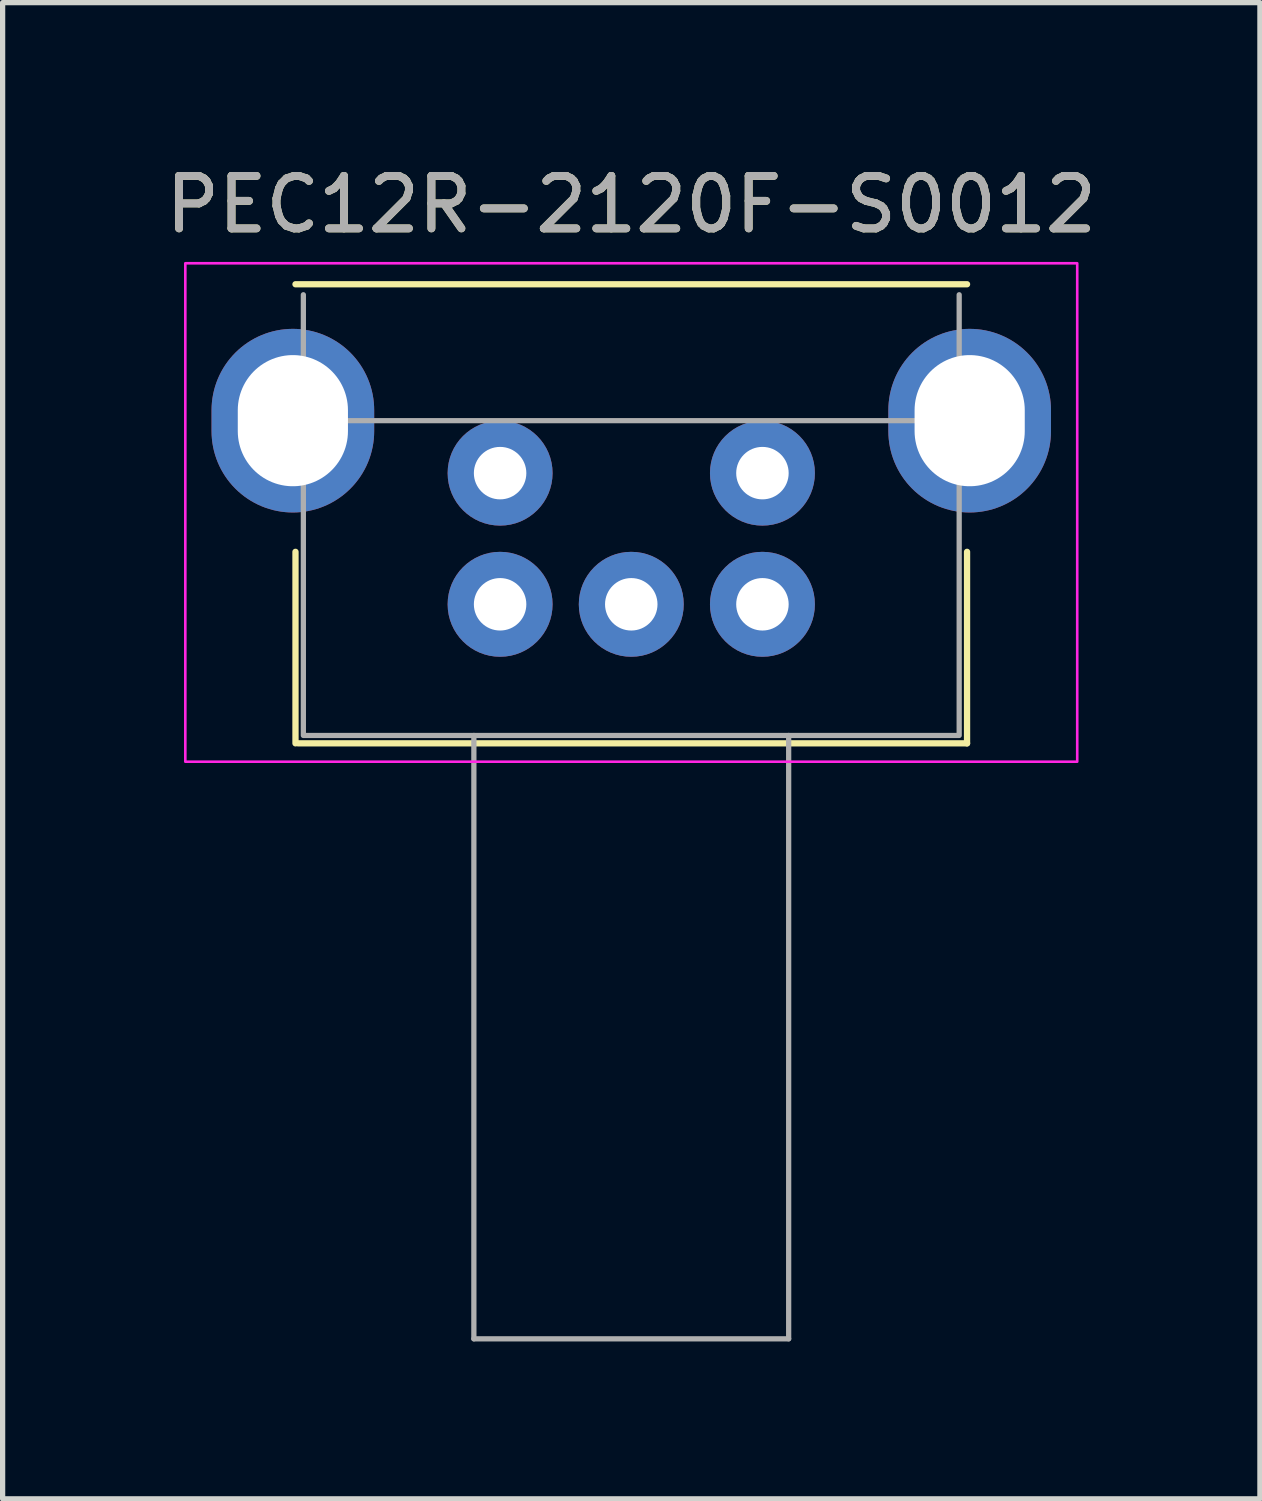
<source format=kicad_pcb>
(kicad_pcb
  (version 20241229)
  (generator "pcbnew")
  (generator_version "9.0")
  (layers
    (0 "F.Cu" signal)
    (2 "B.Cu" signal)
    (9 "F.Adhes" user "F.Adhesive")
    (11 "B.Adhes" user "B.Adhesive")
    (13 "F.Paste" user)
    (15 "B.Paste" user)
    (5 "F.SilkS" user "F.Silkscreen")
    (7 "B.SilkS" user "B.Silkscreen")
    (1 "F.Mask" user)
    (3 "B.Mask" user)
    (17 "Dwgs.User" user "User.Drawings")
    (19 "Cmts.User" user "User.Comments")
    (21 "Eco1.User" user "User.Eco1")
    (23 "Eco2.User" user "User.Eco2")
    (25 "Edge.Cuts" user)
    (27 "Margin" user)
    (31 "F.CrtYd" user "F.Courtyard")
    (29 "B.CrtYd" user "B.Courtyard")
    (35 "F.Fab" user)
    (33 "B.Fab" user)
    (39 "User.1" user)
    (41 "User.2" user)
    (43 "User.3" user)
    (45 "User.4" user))
  (footprint "PEC12R-2120F-S0012"
    (layer "F.Cu")
    (at 8.982 8.468)
    (property "Reference" "PEC12R-2120F-S0012" (at 0 -7.62 0) (unlocked yes) (layer "F.SilkS") (effects (font (size 1 1) (thickness 0.15))))
    (attr through_hole)
    (fp_line (start -6.4 -6.1) (end 6.4 -6.1) (stroke (width 0.12) (type solid)) (layer "F.SilkS"))
    (fp_line (start -6.4 2.65) (end -6.4 -1) (stroke (width 0.12) (type solid)) (layer "F.SilkS"))
    (fp_line (start -6.35 2.65) (end 6.4 2.65) (stroke (width 0.12) (type solid)) (layer "F.SilkS"))
    (fp_line (start 6.4 2.65) (end 6.4 -1) (stroke (width 0.12) (type solid)) (layer "F.SilkS"))
    (fp_rect (start -8.5 -6.5) (end 8.5 3) (stroke (width 0.05) (type solid)) (fill no) (layer "F.CrtYd"))
    (fp_line (start -6.25 -3.5) (end -6.25 -5.9) (stroke (width 0.1) (type solid)) (layer "F.Fab"))
    (fp_line (start -3 2.5) (end -3 14) (stroke (width 0.1) (type solid)) (layer "F.Fab"))
    (fp_line (start -3 14) (end 3 14) (stroke (width 0.1) (type solid)) (layer "F.Fab"))
    (fp_line (start 3 14) (end 3 2.5) (stroke (width 0.1) (type solid)) (layer "F.Fab"))
    (fp_line (start 6.25 -3.5) (end 6.25 -5.9) (stroke (width 0.1) (type solid)) (layer "F.Fab"))
    (fp_rect (start -6.25 -3.5) (end 6.25 2.5) (stroke (width 0.1) (type solid)) (fill no) (layer "F.Fab"))
    (fp_text user "${REFERENCE}" (at 0 -7.62 0) (unlocked yes) (layer "F.Fab") (effects (font (size 1 1) (thickness 0.15))))
    (pad "A" thru_hole circle (at -2.5 0) (size 2 2) (drill 1) (layers "*.Cu" "*.Mask"))
    (pad "B" thru_hole circle (at 2.5 0) (size 2 2) (drill 1) (layers "*.Cu" "*.Mask"))
    (pad "C" thru_hole circle (at 0 0) (size 2 2) (drill 1) (layers "*.Cu" "*.Mask"))
    (pad "M1" thru_hole oval (at -6.45 -3.5) (size 3.1 3.5) (drill oval 2.1 2.5) (layers "*.Cu" "*.Mask"))
    (pad "M2" thru_hole oval (at 6.45 -3.5) (size 3.1 3.5) (drill oval 2.1 2.5) (layers "*.Cu" "*.Mask"))
    (pad "S1" thru_hole circle (at -2.5 -2.5) (size 2 2) (drill 1) (layers "*.Cu" "*.Mask"))
    (pad "S2" thru_hole circle (at 2.5 -2.5) (size 2 2) (drill 1) (layers "*.Cu" "*.Mask")))
  (gr_rect
    (start -3 -3)
    (end 20.964 25.518)
    (stroke (width 0.1) (type default))
    (fill no)
    (layer "Edge.Cuts")))
</source>
